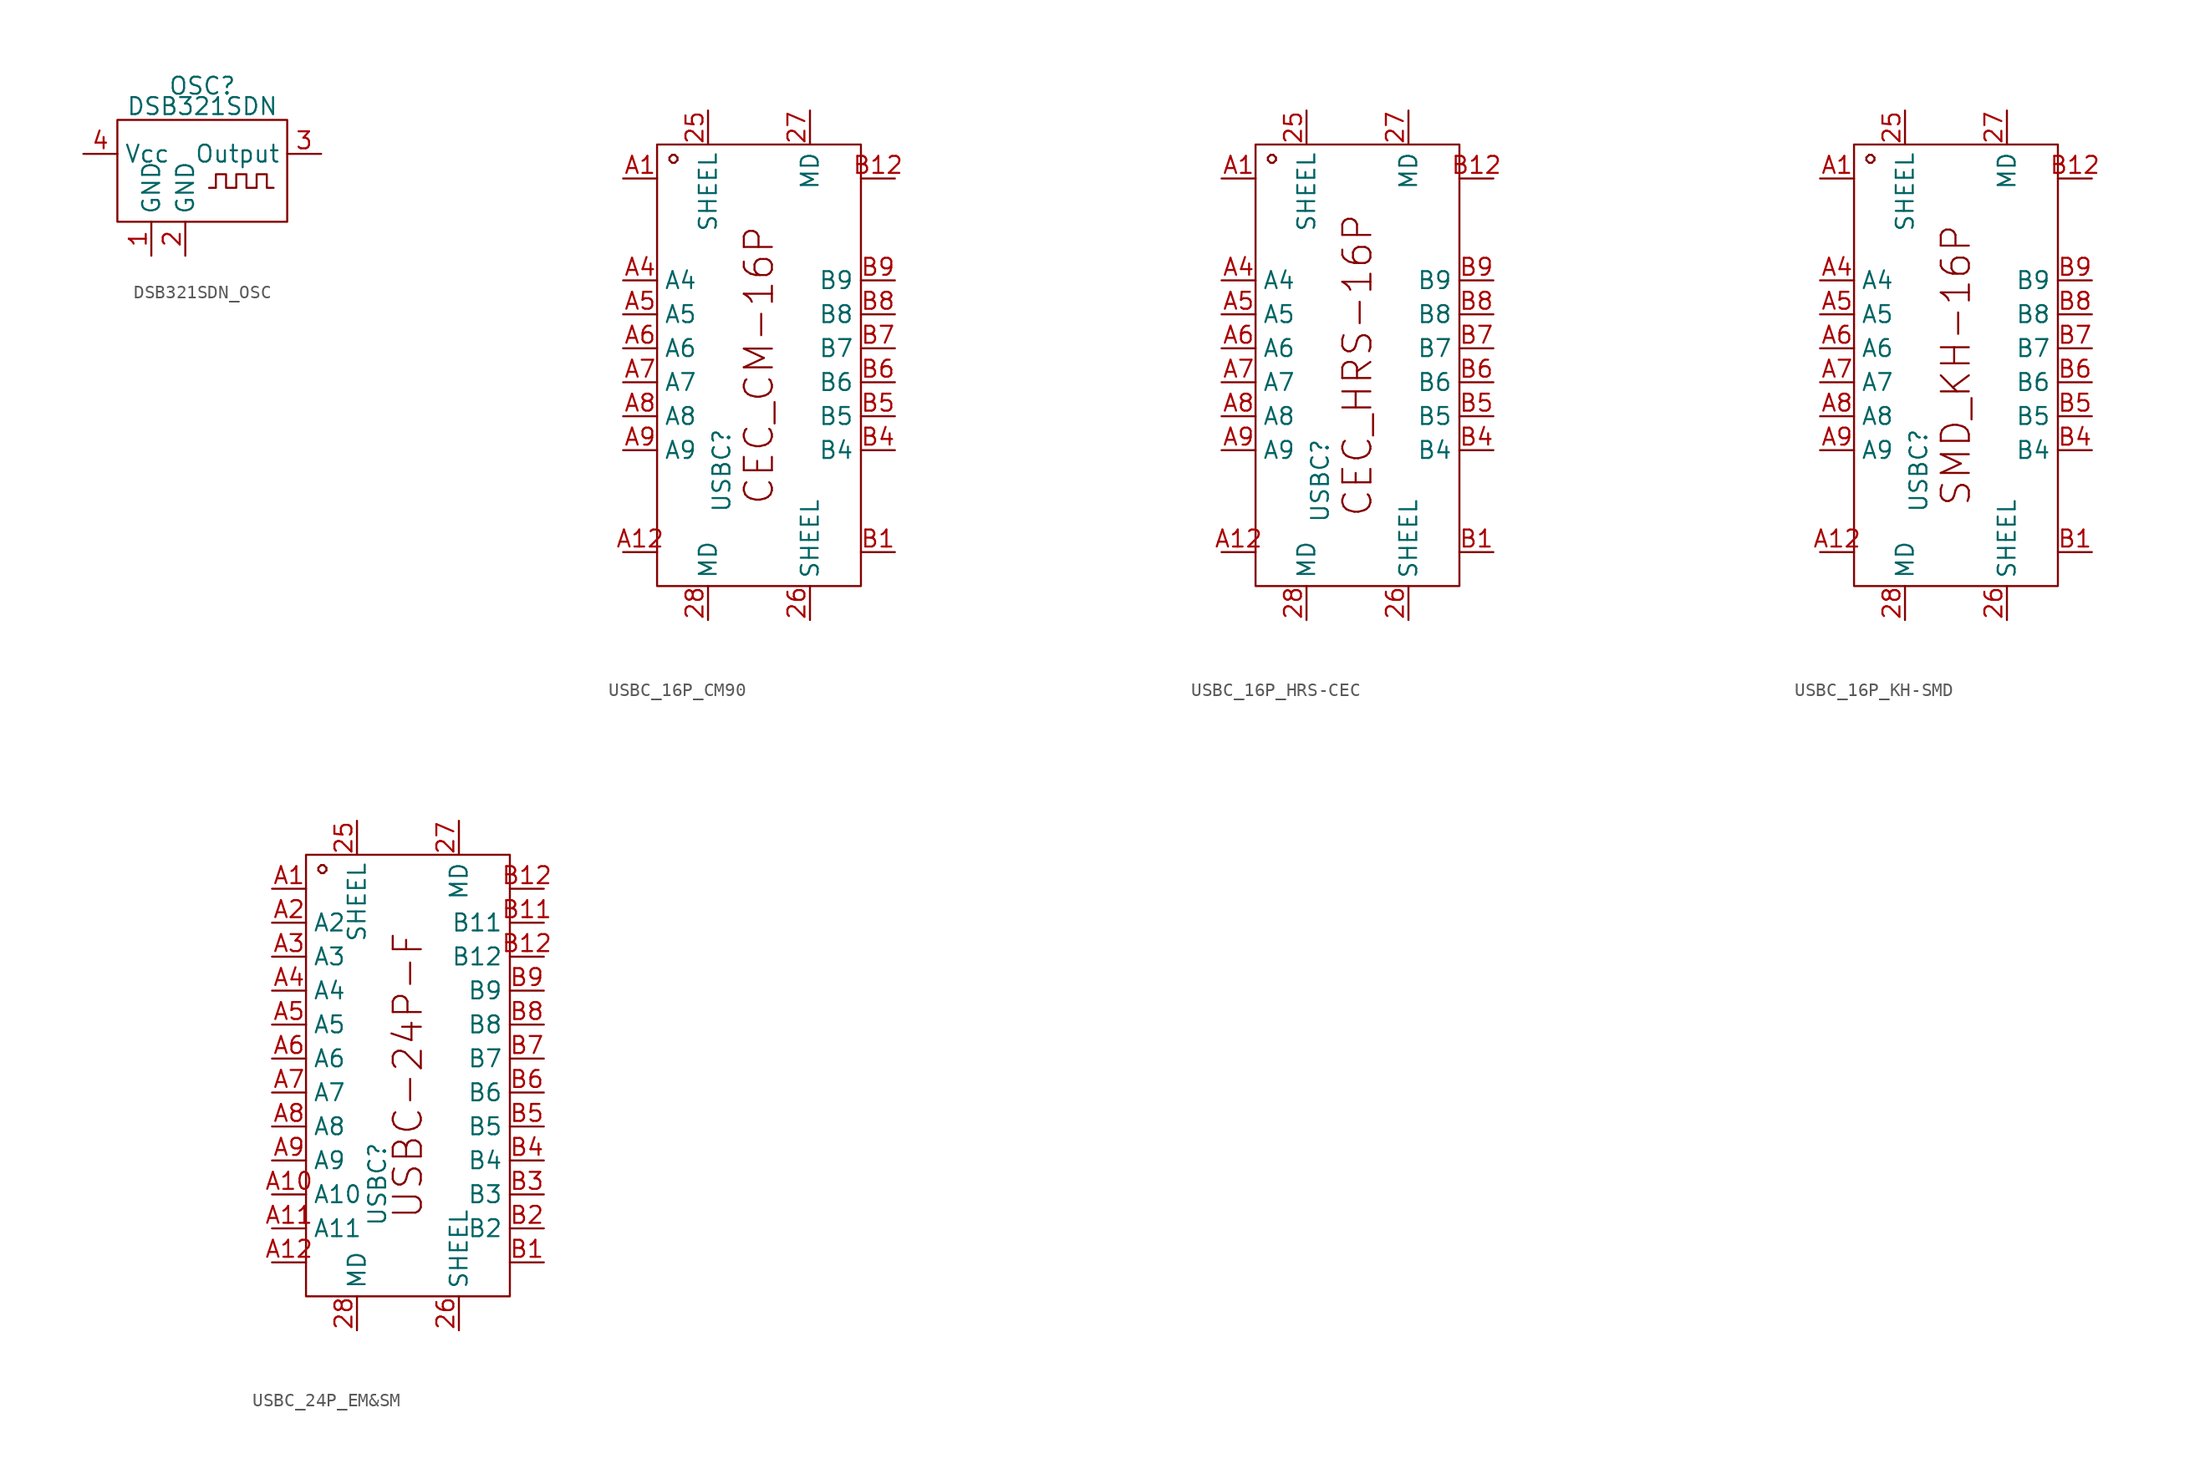
<source format=kicad_sym>
(kicad_symbol_lib
  (version 20231120)
  (generator "kicad_symbol_editor")
  (generator_version "8.0")
  (symbol "DSB321SDN_OSC"
    (property "Reference" "OSC"
      (at -1.27 7.62 0)
      (effects (font (size 1.27 1.27))))
    (property "Value" "DSB321SDN"
      (at -1.27 6.096 0)
      (effects (font (size 1.27 1.27))))
    (symbol "DSB321SDN_OSC_0_0"
      (pin passive line (at -5.08 -5.08 90) (length 2.54) (name "GND" (effects (font (size 1.27 1.27)))) (number "1" (effects (font (size 1.27 1.27)))))
      (pin passive line (at -2.54 -5.08 90) (length 2.54) (name "GND" (effects (font (size 1.27 1.27)))) (number "2" (effects (font (size 1.27 1.27)))))
      (pin output line (at 7.62 2.54 180) (length 2.54) (name "Output" (effects (font (size 1.27 1.27)))) (number "3" (effects (font (size 1.27 1.27)))))
      (pin power_in line (at -10.16 2.54 0) (length 2.54) (name "Vcc" (effects (font (size 1.27 1.27)))) (number "4" (effects (font (size 1.27 1.27))))))
    (symbol "DSB321SDN_OSC_0_1"
      (rectangle (start -7.62 5.08) (end 5.08 -2.54) (stroke (width 0) (type default)) (fill (type none)))
      (polyline (pts (xy -0.762 0) (xy -0.254 0) (xy -0.254 1.016) (xy 0.508 1.016) (xy 0.508 0) (xy 1.27 0) (xy 1.27 1.016) (xy 2.032 1.016) (xy 2.032 0) (xy 2.794 0) (xy 2.794 1.016) (xy 3.556 1.016) (xy 3.556 0) (xy 4.064 0)) (stroke (width 0) (type default)) (fill (type none)))))
  (symbol "USBC_16P_CM90"
    (property "Reference" "USBC"
      (at -2.794 -7.874 90)
      (effects (font (size 1.27 1.27))))
    (property "Value" ""
      (at -22.86 3.81 0)
      (effects (font (size 1.27 1.27))))
    (symbol "USBC_16P_CM90_1_1"
      (rectangle (start -7.62 16.51) (end 7.62 -16.51) (stroke (width 0) (type default)) (fill (type none)))
      (text "CEC_CM-16P" (at 0 0 900) (effects (font (size 2.1 2.1))))
      (text "。" (at -6.096 16.002 0) (effects (font (size 2.1 2.1))))
      (pin bidirectional line (at -3.81 19.05 270) (length 2.54) (name "SHEEL" (effects (font (size 1.27 1.27)))) (number "25" (effects (font (size 1.27 1.27)))))
      (pin bidirectional line (at 3.81 -19.05 90) (length 2.54) (name "SHEEL" (effects (font (size 1.27 1.27)))) (number "26" (effects (font (size 1.27 1.27)))))
      (pin bidirectional line (at 3.81 19.05 270) (length 2.54) (name "MD" (effects (font (size 1.27 1.27)))) (number "27" (effects (font (size 1.27 1.27)))))
      (pin bidirectional line (at -3.81 -19.05 90) (length 2.54) (name "MD" (effects (font (size 1.27 1.27)))) (number "28" (effects (font (size 1.27 1.27)))))
      (pin bidirectional line (at -10.16 13.97 0) (length 2.54) (name "" (effects (font (size 1.27 1.27)))) (number "A1" (effects (font (size 1.27 1.27)))))
      (pin bidirectional line (at -10.16 -13.97 0) (length 2.54) (name "" (effects (font (size 1.27 1.27)))) (number "A12" (effects (font (size 1.27 1.27)))))
      (pin bidirectional line (at -10.16 6.35 0) (length 2.54) (name "A4" (effects (font (size 1.27 1.27)))) (number "A4" (effects (font (size 1.27 1.27)))))
      (pin bidirectional line (at -10.16 3.81 0) (length 2.54) (name "A5" (effects (font (size 1.27 1.27)))) (number "A5" (effects (font (size 1.27 1.27)))))
      (pin bidirectional line (at -10.16 1.27 0) (length 2.54) (name "A6" (effects (font (size 1.27 1.27)))) (number "A6" (effects (font (size 1.27 1.27)))))
      (pin bidirectional line (at -10.16 -1.27 0) (length 2.54) (name "A7" (effects (font (size 1.27 1.27)))) (number "A7" (effects (font (size 1.27 1.27)))))
      (pin bidirectional line (at -10.16 -3.81 0) (length 2.54) (name "A8" (effects (font (size 1.27 1.27)))) (number "A8" (effects (font (size 1.27 1.27)))))
      (pin bidirectional line (at -10.16 -6.35 0) (length 2.54) (name "A9" (effects (font (size 1.27 1.27)))) (number "A9" (effects (font (size 1.27 1.27)))))
      (pin bidirectional line (at 10.16 -13.97 180) (length 2.54) (name "" (effects (font (size 1.27 1.27)))) (number "B1" (effects (font (size 1.27 1.27)))))
      (pin bidirectional line (at 10.16 13.97 180) (length 2.54) (name "" (effects (font (size 1.27 1.27)))) (number "B12" (effects (font (size 1.27 1.27)))))
      (pin bidirectional line (at 10.16 -6.35 180) (length 2.54) (name "B4" (effects (font (size 1.27 1.27)))) (number "B4" (effects (font (size 1.27 1.27)))))
      (pin bidirectional line (at 10.16 -3.81 180) (length 2.54) (name "B5" (effects (font (size 1.27 1.27)))) (number "B5" (effects (font (size 1.27 1.27)))))
      (pin bidirectional line (at 10.16 -1.27 180) (length 2.54) (name "B6" (effects (font (size 1.27 1.27)))) (number "B6" (effects (font (size 1.27 1.27)))))
      (pin bidirectional line (at 10.16 1.27 180) (length 2.54) (name "B7" (effects (font (size 1.27 1.27)))) (number "B7" (effects (font (size 1.27 1.27)))))
      (pin bidirectional line (at 10.16 3.81 180) (length 2.54) (name "B8" (effects (font (size 1.27 1.27)))) (number "B8" (effects (font (size 1.27 1.27)))))
      (pin bidirectional line (at 10.16 6.35 180) (length 2.54) (name "B9" (effects (font (size 1.27 1.27)))) (number "B9" (effects (font (size 1.27 1.27)))))))
  (symbol "USBC_16P_HRS-CEC"
    (property "Reference" "USBC"
      (at -2.794 -8.636 90)
      (effects (font (size 1.27 1.27))))
    (property "Value" ""
      (at -22.86 3.81 0)
      (effects (font (size 1.27 1.27))))
    (symbol "USBC_16P_HRS-CEC_1_1"
      (rectangle (start -7.62 16.51) (end 7.62 -16.51) (stroke (width 0) (type default)) (fill (type none)))
      (text "CEC_HRS-16P" (at 0 0 900) (effects (font (size 2.1 2.1))))
      (text "。" (at -6.096 16.002 0) (effects (font (size 2.1 2.1))))
      (pin bidirectional line (at -3.81 19.05 270) (length 2.54) (name "SHEEL" (effects (font (size 1.27 1.27)))) (number "25" (effects (font (size 1.27 1.27)))))
      (pin bidirectional line (at 3.81 -19.05 90) (length 2.54) (name "SHEEL" (effects (font (size 1.27 1.27)))) (number "26" (effects (font (size 1.27 1.27)))))
      (pin bidirectional line (at 3.81 19.05 270) (length 2.54) (name "MD" (effects (font (size 1.27 1.27)))) (number "27" (effects (font (size 1.27 1.27)))))
      (pin bidirectional line (at -3.81 -19.05 90) (length 2.54) (name "MD" (effects (font (size 1.27 1.27)))) (number "28" (effects (font (size 1.27 1.27)))))
      (pin bidirectional line (at -10.16 13.97 0) (length 2.54) (name "" (effects (font (size 1.27 1.27)))) (number "A1" (effects (font (size 1.27 1.27)))))
      (pin bidirectional line (at -10.16 -13.97 0) (length 2.54) (name "" (effects (font (size 1.27 1.27)))) (number "A12" (effects (font (size 1.27 1.27)))))
      (pin bidirectional line (at -10.16 6.35 0) (length 2.54) (name "A4" (effects (font (size 1.27 1.27)))) (number "A4" (effects (font (size 1.27 1.27)))))
      (pin bidirectional line (at -10.16 3.81 0) (length 2.54) (name "A5" (effects (font (size 1.27 1.27)))) (number "A5" (effects (font (size 1.27 1.27)))))
      (pin bidirectional line (at -10.16 1.27 0) (length 2.54) (name "A6" (effects (font (size 1.27 1.27)))) (number "A6" (effects (font (size 1.27 1.27)))))
      (pin bidirectional line (at -10.16 -1.27 0) (length 2.54) (name "A7" (effects (font (size 1.27 1.27)))) (number "A7" (effects (font (size 1.27 1.27)))))
      (pin bidirectional line (at -10.16 -3.81 0) (length 2.54) (name "A8" (effects (font (size 1.27 1.27)))) (number "A8" (effects (font (size 1.27 1.27)))))
      (pin bidirectional line (at -10.16 -6.35 0) (length 2.54) (name "A9" (effects (font (size 1.27 1.27)))) (number "A9" (effects (font (size 1.27 1.27)))))
      (pin bidirectional line (at 10.16 -13.97 180) (length 2.54) (name "" (effects (font (size 1.27 1.27)))) (number "B1" (effects (font (size 1.27 1.27)))))
      (pin bidirectional line (at 10.16 13.97 180) (length 2.54) (name "" (effects (font (size 1.27 1.27)))) (number "B12" (effects (font (size 1.27 1.27)))))
      (pin bidirectional line (at 10.16 -6.35 180) (length 2.54) (name "B4" (effects (font (size 1.27 1.27)))) (number "B4" (effects (font (size 1.27 1.27)))))
      (pin bidirectional line (at 10.16 -3.81 180) (length 2.54) (name "B5" (effects (font (size 1.27 1.27)))) (number "B5" (effects (font (size 1.27 1.27)))))
      (pin bidirectional line (at 10.16 -1.27 180) (length 2.54) (name "B6" (effects (font (size 1.27 1.27)))) (number "B6" (effects (font (size 1.27 1.27)))))
      (pin bidirectional line (at 10.16 1.27 180) (length 2.54) (name "B7" (effects (font (size 1.27 1.27)))) (number "B7" (effects (font (size 1.27 1.27)))))
      (pin bidirectional line (at 10.16 3.81 180) (length 2.54) (name "B8" (effects (font (size 1.27 1.27)))) (number "B8" (effects (font (size 1.27 1.27)))))
      (pin bidirectional line (at 10.16 6.35 180) (length 2.54) (name "B9" (effects (font (size 1.27 1.27)))) (number "B9" (effects (font (size 1.27 1.27)))))))
  (symbol "USBC_16P_KH-SMD"
    (property "Reference" "USBC"
      (at -2.794 -7.874 90)
      (effects (font (size 1.27 1.27))))
    (property "Value" ""
      (at -22.86 3.81 0)
      (effects (font (size 1.27 1.27))))
    (symbol "USBC_16P_KH-SMD_1_1"
      (rectangle (start -7.62 16.51) (end 7.62 -16.51) (stroke (width 0) (type default)) (fill (type none)))
      (text "SMD_KH-16P" (at 0 0 900) (effects (font (size 2.1 2.1))))
      (text "。" (at -6.096 16.002 0) (effects (font (size 2.1 2.1))))
      (pin bidirectional line (at -3.81 19.05 270) (length 2.54) (name "SHEEL" (effects (font (size 1.27 1.27)))) (number "25" (effects (font (size 1.27 1.27)))))
      (pin bidirectional line (at 3.81 -19.05 90) (length 2.54) (name "SHEEL" (effects (font (size 1.27 1.27)))) (number "26" (effects (font (size 1.27 1.27)))))
      (pin bidirectional line (at 3.81 19.05 270) (length 2.54) (name "MD" (effects (font (size 1.27 1.27)))) (number "27" (effects (font (size 1.27 1.27)))))
      (pin bidirectional line (at -3.81 -19.05 90) (length 2.54) (name "MD" (effects (font (size 1.27 1.27)))) (number "28" (effects (font (size 1.27 1.27)))))
      (pin bidirectional line (at -10.16 13.97 0) (length 2.54) (name "" (effects (font (size 1.27 1.27)))) (number "A1" (effects (font (size 1.27 1.27)))))
      (pin bidirectional line (at -10.16 -13.97 0) (length 2.54) (name "" (effects (font (size 1.27 1.27)))) (number "A12" (effects (font (size 1.27 1.27)))))
      (pin bidirectional line (at -10.16 6.35 0) (length 2.54) (name "A4" (effects (font (size 1.27 1.27)))) (number "A4" (effects (font (size 1.27 1.27)))))
      (pin bidirectional line (at -10.16 3.81 0) (length 2.54) (name "A5" (effects (font (size 1.27 1.27)))) (number "A5" (effects (font (size 1.27 1.27)))))
      (pin bidirectional line (at -10.16 1.27 0) (length 2.54) (name "A6" (effects (font (size 1.27 1.27)))) (number "A6" (effects (font (size 1.27 1.27)))))
      (pin bidirectional line (at -10.16 -1.27 0) (length 2.54) (name "A7" (effects (font (size 1.27 1.27)))) (number "A7" (effects (font (size 1.27 1.27)))))
      (pin bidirectional line (at -10.16 -3.81 0) (length 2.54) (name "A8" (effects (font (size 1.27 1.27)))) (number "A8" (effects (font (size 1.27 1.27)))))
      (pin bidirectional line (at -10.16 -6.35 0) (length 2.54) (name "A9" (effects (font (size 1.27 1.27)))) (number "A9" (effects (font (size 1.27 1.27)))))
      (pin bidirectional line (at 10.16 -13.97 180) (length 2.54) (name "" (effects (font (size 1.27 1.27)))) (number "B1" (effects (font (size 1.27 1.27)))))
      (pin bidirectional line (at 10.16 13.97 180) (length 2.54) (name "" (effects (font (size 1.27 1.27)))) (number "B12" (effects (font (size 1.27 1.27)))))
      (pin bidirectional line (at 10.16 -6.35 180) (length 2.54) (name "B4" (effects (font (size 1.27 1.27)))) (number "B4" (effects (font (size 1.27 1.27)))))
      (pin bidirectional line (at 10.16 -3.81 180) (length 2.54) (name "B5" (effects (font (size 1.27 1.27)))) (number "B5" (effects (font (size 1.27 1.27)))))
      (pin bidirectional line (at 10.16 -1.27 180) (length 2.54) (name "B6" (effects (font (size 1.27 1.27)))) (number "B6" (effects (font (size 1.27 1.27)))))
      (pin bidirectional line (at 10.16 1.27 180) (length 2.54) (name "B7" (effects (font (size 1.27 1.27)))) (number "B7" (effects (font (size 1.27 1.27)))))
      (pin bidirectional line (at 10.16 3.81 180) (length 2.54) (name "B8" (effects (font (size 1.27 1.27)))) (number "B8" (effects (font (size 1.27 1.27)))))
      (pin bidirectional line (at 10.16 6.35 180) (length 2.54) (name "B9" (effects (font (size 1.27 1.27)))) (number "B9" (effects (font (size 1.27 1.27)))))))
  (symbol "USBC_24P_EM&SM"
    (property "Reference" "USBC"
      (at -2.286 -8.128 90)
      (effects (font (size 1.27 1.27))))
    (property "Value" ""
      (at -22.86 3.81 0)
      (effects (font (size 1.27 1.27))))
    (symbol "USBC_24P_EM&SM_1_1"
      (rectangle (start -7.62 16.51) (end 7.62 -16.51) (stroke (width 0) (type default)) (fill (type none)))
      (text "USBC-24P-F" (at 0 0 900) (effects (font (size 2.1 2.1))))
      (text "。" (at -6.096 16.002 0) (effects (font (size 2.1 2.1))))
      (pin bidirectional line (at -3.81 19.05 270) (length 2.54) (name "SHEEL" (effects (font (size 1.27 1.27)))) (number "25" (effects (font (size 1.27 1.27)))))
      (pin bidirectional line (at 3.81 -19.05 90) (length 2.54) (name "SHEEL" (effects (font (size 1.27 1.27)))) (number "26" (effects (font (size 1.27 1.27)))))
      (pin bidirectional line (at 3.81 19.05 270) (length 2.54) (name "MD" (effects (font (size 1.27 1.27)))) (number "27" (effects (font (size 1.27 1.27)))))
      (pin bidirectional line (at -3.81 -19.05 90) (length 2.54) (name "MD" (effects (font (size 1.27 1.27)))) (number "28" (effects (font (size 1.27 1.27)))))
      (pin bidirectional line (at -10.16 13.97 0) (length 2.54) (name "" (effects (font (size 1.27 1.27)))) (number "A1" (effects (font (size 1.27 1.27)))))
      (pin bidirectional line (at -10.16 -8.89 0) (length 2.54) (name "A10" (effects (font (size 1.27 1.27)))) (number "A10" (effects (font (size 1.27 1.27)))))
      (pin bidirectional line (at -10.16 -11.43 0) (length 2.54) (name "A11" (effects (font (size 1.27 1.27)))) (number "A11" (effects (font (size 1.27 1.27)))))
      (pin bidirectional line (at -10.16 -13.97 0) (length 2.54) (name "" (effects (font (size 1.27 1.27)))) (number "A12" (effects (font (size 1.27 1.27)))))
      (pin bidirectional line (at -10.16 11.43 0) (length 2.54) (name "A2" (effects (font (size 1.27 1.27)))) (number "A2" (effects (font (size 1.27 1.27)))))
      (pin bidirectional line (at -10.16 8.89 0) (length 2.54) (name "A3" (effects (font (size 1.27 1.27)))) (number "A3" (effects (font (size 1.27 1.27)))))
      (pin bidirectional line (at -10.16 6.35 0) (length 2.54) (name "A4" (effects (font (size 1.27 1.27)))) (number "A4" (effects (font (size 1.27 1.27)))))
      (pin bidirectional line (at -10.16 3.81 0) (length 2.54) (name "A5" (effects (font (size 1.27 1.27)))) (number "A5" (effects (font (size 1.27 1.27)))))
      (pin bidirectional line (at -10.16 1.27 0) (length 2.54) (name "A6" (effects (font (size 1.27 1.27)))) (number "A6" (effects (font (size 1.27 1.27)))))
      (pin bidirectional line (at -10.16 -1.27 0) (length 2.54) (name "A7" (effects (font (size 1.27 1.27)))) (number "A7" (effects (font (size 1.27 1.27)))))
      (pin bidirectional line (at -10.16 -3.81 0) (length 2.54) (name "A8" (effects (font (size 1.27 1.27)))) (number "A8" (effects (font (size 1.27 1.27)))))
      (pin bidirectional line (at -10.16 -6.35 0) (length 2.54) (name "A9" (effects (font (size 1.27 1.27)))) (number "A9" (effects (font (size 1.27 1.27)))))
      (pin bidirectional line (at 10.16 -13.97 180) (length 2.54) (name "" (effects (font (size 1.27 1.27)))) (number "B1" (effects (font (size 1.27 1.27)))))
      (pin bidirectional line (at 10.16 11.43 180) (length 2.54) (name "B11" (effects (font (size 1.27 1.27)))) (number "B11" (effects (font (size 1.27 1.27)))))
      (pin bidirectional line (at 10.16 13.97 180) (length 2.54) (name "" (effects (font (size 1.27 1.27)))) (number "B12" (effects (font (size 1.27 1.27)))))
      (pin bidirectional line (at 10.16 8.89 180) (length 2.54) (name "B12" (effects (font (size 1.27 1.27)))) (number "B12" (effects (font (size 1.27 1.27)))))
      (pin bidirectional line (at 10.16 -11.43 180) (length 2.54) (name "B2" (effects (font (size 1.27 1.27)))) (number "B2" (effects (font (size 1.27 1.27)))))
      (pin bidirectional line (at 10.16 -8.89 180) (length 2.54) (name "B3" (effects (font (size 1.27 1.27)))) (number "B3" (effects (font (size 1.27 1.27)))))
      (pin bidirectional line (at 10.16 -6.35 180) (length 2.54) (name "B4" (effects (font (size 1.27 1.27)))) (number "B4" (effects (font (size 1.27 1.27)))))
      (pin bidirectional line (at 10.16 -3.81 180) (length 2.54) (name "B5" (effects (font (size 1.27 1.27)))) (number "B5" (effects (font (size 1.27 1.27)))))
      (pin bidirectional line (at 10.16 -1.27 180) (length 2.54) (name "B6" (effects (font (size 1.27 1.27)))) (number "B6" (effects (font (size 1.27 1.27)))))
      (pin bidirectional line (at 10.16 1.27 180) (length 2.54) (name "B7" (effects (font (size 1.27 1.27)))) (number "B7" (effects (font (size 1.27 1.27)))))
      (pin bidirectional line (at 10.16 3.81 180) (length 2.54) (name "B8" (effects (font (size 1.27 1.27)))) (number "B8" (effects (font (size 1.27 1.27)))))
      (pin bidirectional line (at 10.16 6.35 180) (length 2.54) (name "B9" (effects (font (size 1.27 1.27)))) (number "B9" (effects (font (size 1.27 1.27))))))))
</source>
